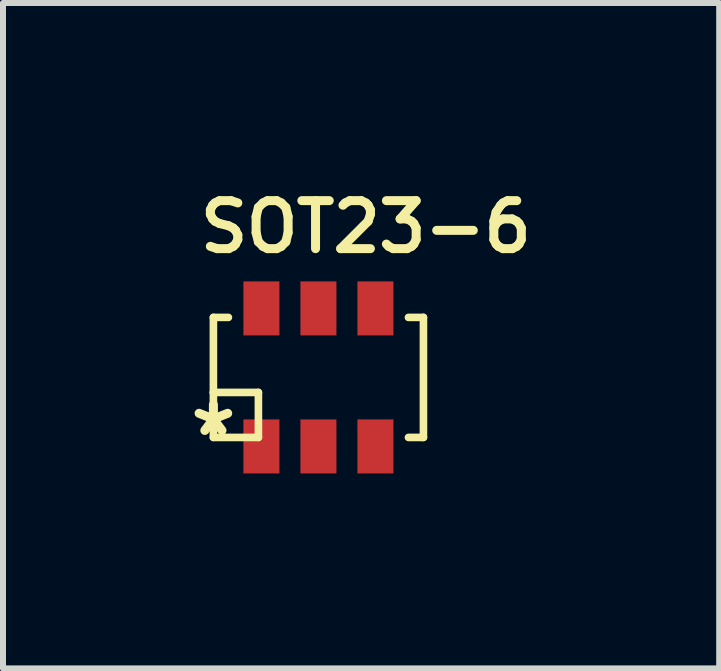
<source format=kicad_pcb>
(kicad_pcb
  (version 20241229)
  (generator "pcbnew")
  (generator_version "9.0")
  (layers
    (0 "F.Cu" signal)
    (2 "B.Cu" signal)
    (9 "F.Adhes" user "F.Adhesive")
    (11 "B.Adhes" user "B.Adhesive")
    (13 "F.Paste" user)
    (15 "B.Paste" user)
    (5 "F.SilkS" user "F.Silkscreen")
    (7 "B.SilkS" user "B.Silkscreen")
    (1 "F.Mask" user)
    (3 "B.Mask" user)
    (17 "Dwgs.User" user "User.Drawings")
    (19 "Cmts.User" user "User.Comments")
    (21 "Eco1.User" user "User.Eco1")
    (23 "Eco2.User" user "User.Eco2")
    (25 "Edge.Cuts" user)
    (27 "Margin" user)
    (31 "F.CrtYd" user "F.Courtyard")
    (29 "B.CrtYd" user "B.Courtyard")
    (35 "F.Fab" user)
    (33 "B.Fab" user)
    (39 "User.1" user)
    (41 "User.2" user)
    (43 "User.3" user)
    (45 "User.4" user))
  (footprint "SOT23-6"
    (layer "F.Cu")
    (at 2.256 3.239)
    (property "Reference" "SOT23-6" (at 0.79 -2.508 0) (layer "F.SilkS") (effects (font (size 0.8 0.8) (thickness 0.15))))
    (attr through_hole)
    (fp_line (start -1.75 -1) (end -1.75 0.25) (stroke (width 0.127) (type solid)) (layer "F.SilkS"))
    (fp_line (start -1.75 0.25) (end -1.75 1) (stroke (width 0.127) (type solid)) (layer "F.SilkS"))
    (fp_line (start -1.75 0.25) (end -1 0.25) (stroke (width 0.127) (type solid)) (layer "F.SilkS"))
    (fp_line (start -1.5 -1) (end -1.75 -1) (stroke (width 0.127) (type solid)) (layer "F.SilkS"))
    (fp_line (start -1 0.25) (end -1 1) (stroke (width 0.127) (type solid)) (layer "F.SilkS"))
    (fp_line (start -1 1) (end -1.75 1) (stroke (width 0.127) (type solid)) (layer "F.SilkS"))
    (fp_line (start 1.5 -1) (end 1.75 -1) (stroke (width 0.127) (type solid)) (layer "F.SilkS"))
    (fp_line (start 1.75 -1) (end 1.75 1) (stroke (width 0.127) (type solid)) (layer "F.SilkS"))
    (fp_line (start 1.75 1) (end 1.5 1) (stroke (width 0.127) (type solid)) (layer "F.SilkS"))
    (fp_text user "*" (at -1.75 1 0) (layer "F.SilkS") (effects (font (size 1 1) (thickness 0.15))))
    (pad "1" smd rect (at -0.95 1.15) (size 0.6 0.9) (layers "F.Cu" "F.Mask" "F.Paste"))
    (pad "2" smd rect (at 0 1.15) (size 0.6 0.9) (layers "F.Cu" "F.Mask" "F.Paste"))
    (pad "3" smd rect (at 0.95 1.15) (size 0.6 0.9) (layers "F.Cu" "F.Mask" "F.Paste"))
    (pad "4" smd rect (at 0.95 -1.15) (size 0.6 0.9) (layers "F.Cu" "F.Mask" "F.Paste"))
    (pad "5" smd rect (at 0 -1.15) (size 0.6 0.9) (layers "F.Cu" "F.Mask" "F.Paste"))
    (pad "6" smd rect (at -0.95 -1.15) (size 0.6 0.9) (layers "F.Cu" "F.Mask" "F.Paste")))
  (gr_rect
    (start -3 -3)
    (end 8.934 8.088)
    (stroke (width 0.1) (type default))
    (fill no)
    (layer "Edge.Cuts")))
</source>
